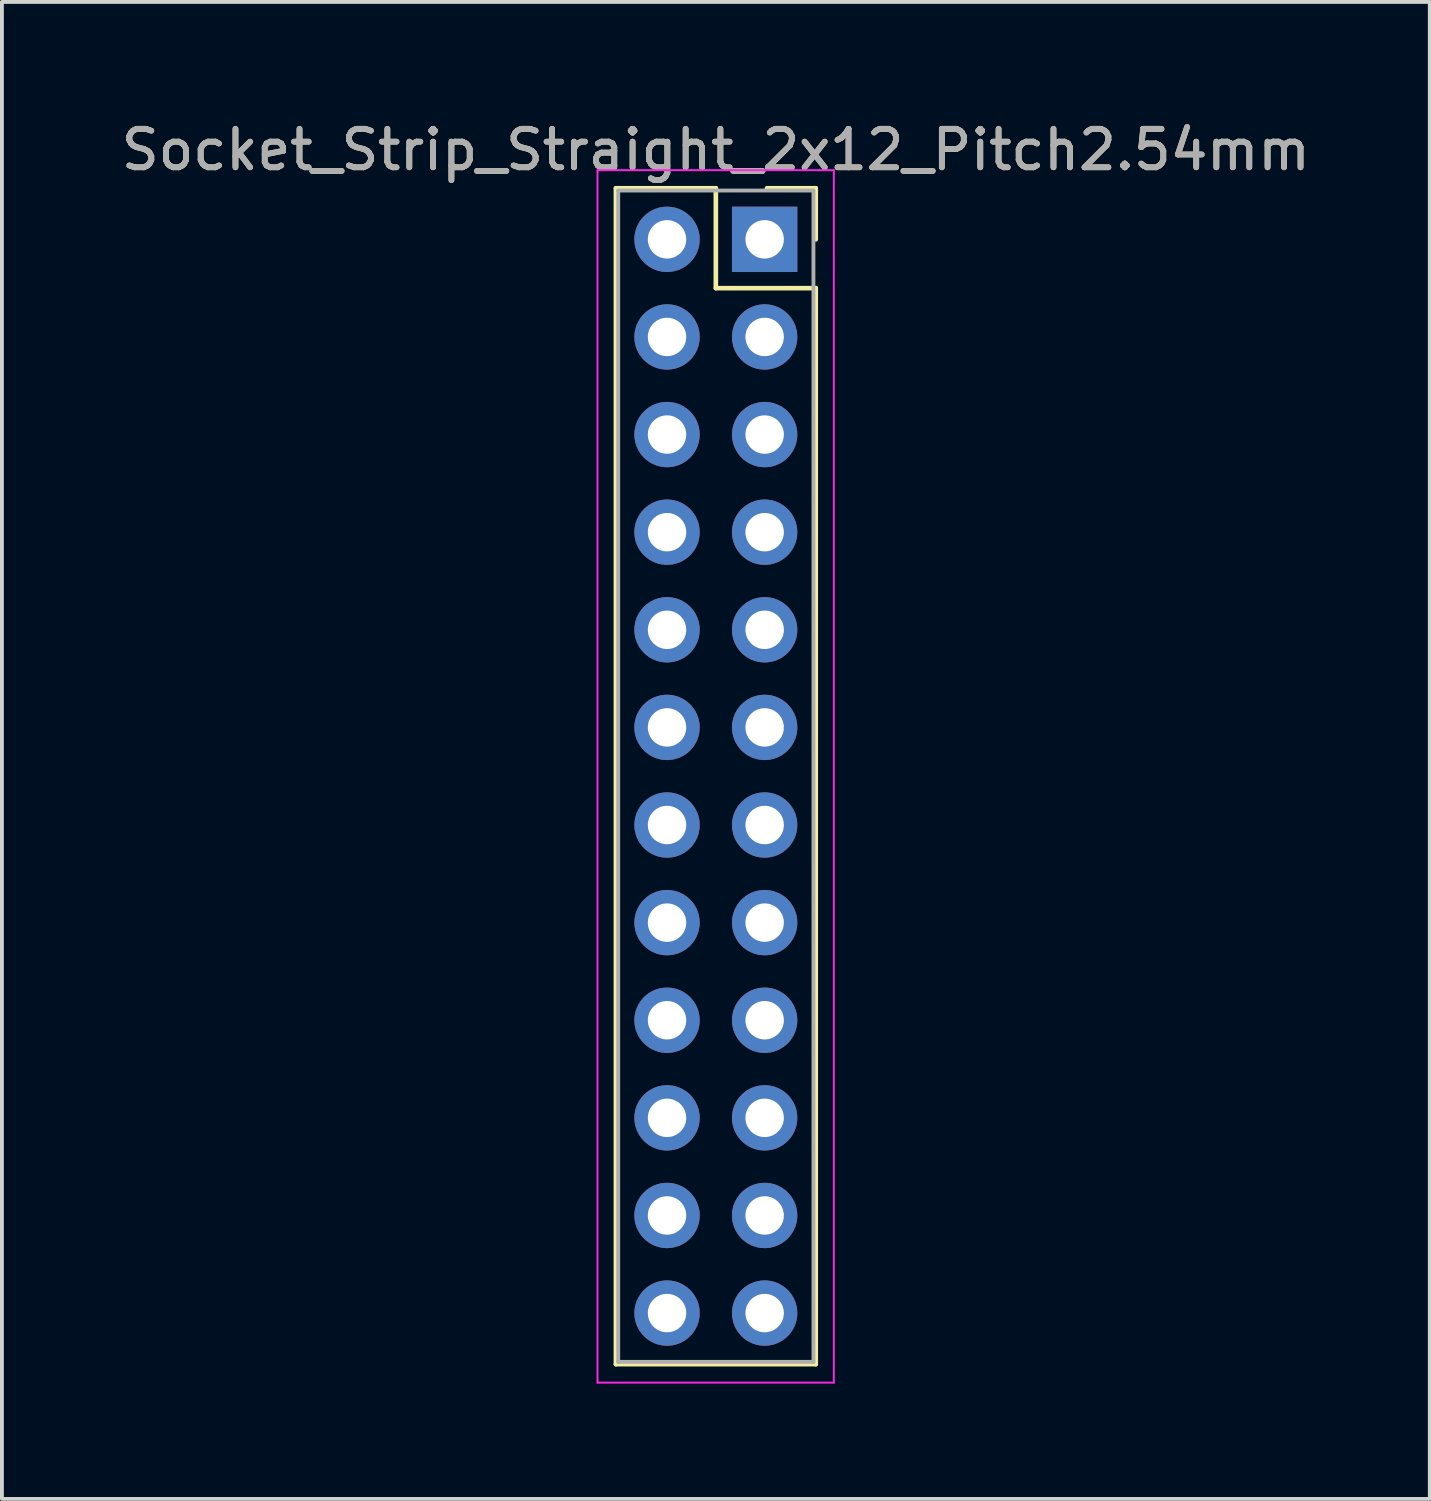
<source format=kicad_pcb>
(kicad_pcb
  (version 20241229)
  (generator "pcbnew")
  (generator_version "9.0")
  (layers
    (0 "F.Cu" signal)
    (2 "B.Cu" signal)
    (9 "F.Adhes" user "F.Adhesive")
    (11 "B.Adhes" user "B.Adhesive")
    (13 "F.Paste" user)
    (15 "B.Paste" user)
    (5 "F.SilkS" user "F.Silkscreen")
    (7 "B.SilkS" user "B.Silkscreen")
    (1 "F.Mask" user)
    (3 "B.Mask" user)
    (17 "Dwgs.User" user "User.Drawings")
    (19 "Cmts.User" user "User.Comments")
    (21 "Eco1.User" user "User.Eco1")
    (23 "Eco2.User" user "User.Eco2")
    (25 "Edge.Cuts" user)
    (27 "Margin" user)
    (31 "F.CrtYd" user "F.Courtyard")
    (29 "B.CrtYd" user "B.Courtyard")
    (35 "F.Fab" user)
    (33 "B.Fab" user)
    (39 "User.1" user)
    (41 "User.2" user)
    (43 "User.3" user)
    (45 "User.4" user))
  (footprint "Socket_Strip_Straight_2x12_Pitch2.54mm"
    (layer "F.Cu")
    (at 16.847 3.178)
    (property "Reference" "Socket_Strip_Straight_2x12_Pitch2.54mm" (at -1.27 -2.33 0) (layer "F.SilkS") (effects (font (size 1 1) (thickness 0.15))))
    (attr through_hole)
    (fp_line (start -3.87 -1.33) (end -1.27 -1.33) (stroke (width 0.12) (type solid)) (layer "F.SilkS"))
    (fp_line (start -3.87 29.27) (end -3.87 -1.33) (stroke (width 0.12) (type solid)) (layer "F.SilkS"))
    (fp_line (start -1.27 -1.33) (end -1.27 1.27) (stroke (width 0.12) (type solid)) (layer "F.SilkS"))
    (fp_line (start -1.27 1.27) (end 1.33 1.27) (stroke (width 0.12) (type solid)) (layer "F.SilkS"))
    (fp_line (start 1.33 -1.33) (end 0.06 -1.33) (stroke (width 0.12) (type solid)) (layer "F.SilkS"))
    (fp_line (start 1.33 0) (end 1.33 -1.33) (stroke (width 0.12) (type solid)) (layer "F.SilkS"))
    (fp_line (start 1.33 1.27) (end 1.33 29.27) (stroke (width 0.12) (type solid)) (layer "F.SilkS"))
    (fp_line (start 1.33 29.27) (end -3.87 29.27) (stroke (width 0.12) (type solid)) (layer "F.SilkS"))
    (fp_line (start -4.35 -1.8) (end -4.35 29.75) (stroke (width 0.05) (type solid)) (layer "F.CrtYd"))
    (fp_line (start -4.35 29.75) (end 1.8 29.75) (stroke (width 0.05) (type solid)) (layer "F.CrtYd"))
    (fp_line (start 1.8 -1.8) (end -4.35 -1.8) (stroke (width 0.05) (type solid)) (layer "F.CrtYd"))
    (fp_line (start 1.8 29.75) (end 1.8 -1.8) (stroke (width 0.05) (type solid)) (layer "F.CrtYd"))
    (fp_line (start -3.81 -1.27) (end -3.81 29.21) (stroke (width 0.1) (type solid)) (layer "F.Fab"))
    (fp_line (start -3.81 29.21) (end 1.27 29.21) (stroke (width 0.1) (type solid)) (layer "F.Fab"))
    (fp_line (start 1.27 -1.27) (end -3.81 -1.27) (stroke (width 0.1) (type solid)) (layer "F.Fab"))
    (fp_line (start 1.27 29.21) (end 1.27 -1.27) (stroke (width 0.1) (type solid)) (layer "F.Fab"))
    (fp_text user "${REFERENCE}" (at -1.27 -2.33 0) (layer "F.Fab") (effects (font (size 1 1) (thickness 0.15))))
    (pad "1" thru_hole rect (at 0 0) (size 1.7 1.7) (drill 1) (layers "*.Cu" "*.Mask"))
    (pad "2" thru_hole oval (at -2.54 0) (size 1.7 1.7) (drill 1) (layers "*.Cu" "*.Mask"))
    (pad "3" thru_hole oval (at 0 2.54) (size 1.7 1.7) (drill 1) (layers "*.Cu" "*.Mask"))
    (pad "4" thru_hole oval (at -2.54 2.54) (size 1.7 1.7) (drill 1) (layers "*.Cu" "*.Mask"))
    (pad "5" thru_hole oval (at 0 5.08) (size 1.7 1.7) (drill 1) (layers "*.Cu" "*.Mask"))
    (pad "6" thru_hole oval (at -2.54 5.08) (size 1.7 1.7) (drill 1) (layers "*.Cu" "*.Mask"))
    (pad "7" thru_hole oval (at 0 7.62) (size 1.7 1.7) (drill 1) (layers "*.Cu" "*.Mask"))
    (pad "8" thru_hole oval (at -2.54 7.62) (size 1.7 1.7) (drill 1) (layers "*.Cu" "*.Mask"))
    (pad "9" thru_hole oval (at 0 10.16) (size 1.7 1.7) (drill 1) (layers "*.Cu" "*.Mask"))
    (pad "10" thru_hole oval (at -2.54 10.16) (size 1.7 1.7) (drill 1) (layers "*.Cu" "*.Mask"))
    (pad "11" thru_hole oval (at 0 12.7) (size 1.7 1.7) (drill 1) (layers "*.Cu" "*.Mask"))
    (pad "12" thru_hole oval (at -2.54 12.7) (size 1.7 1.7) (drill 1) (layers "*.Cu" "*.Mask"))
    (pad "13" thru_hole oval (at 0 15.24) (size 1.7 1.7) (drill 1) (layers "*.Cu" "*.Mask"))
    (pad "14" thru_hole oval (at -2.54 15.24) (size 1.7 1.7) (drill 1) (layers "*.Cu" "*.Mask"))
    (pad "15" thru_hole oval (at 0 17.78) (size 1.7 1.7) (drill 1) (layers "*.Cu" "*.Mask"))
    (pad "16" thru_hole oval (at -2.54 17.78) (size 1.7 1.7) (drill 1) (layers "*.Cu" "*.Mask"))
    (pad "17" thru_hole oval (at 0 20.32) (size 1.7 1.7) (drill 1) (layers "*.Cu" "*.Mask"))
    (pad "18" thru_hole oval (at -2.54 20.32) (size 1.7 1.7) (drill 1) (layers "*.Cu" "*.Mask"))
    (pad "19" thru_hole oval (at 0 22.86) (size 1.7 1.7) (drill 1) (layers "*.Cu" "*.Mask"))
    (pad "20" thru_hole oval (at -2.54 22.86) (size 1.7 1.7) (drill 1) (layers "*.Cu" "*.Mask"))
    (pad "21" thru_hole oval (at 0 25.4) (size 1.7 1.7) (drill 1) (layers "*.Cu" "*.Mask"))
    (pad "22" thru_hole oval (at -2.54 25.4) (size 1.7 1.7) (drill 1) (layers "*.Cu" "*.Mask"))
    (pad "23" thru_hole oval (at 0 27.94) (size 1.7 1.7) (drill 1) (layers "*.Cu" "*.Mask"))
    (pad "24" thru_hole oval (at -2.54 27.94) (size 1.7 1.7) (drill 1) (layers "*.Cu" "*.Mask")))
  (gr_rect
    (start -3 -3)
    (end 34.155 35.953)
    (stroke (width 0.1) (type default))
    (fill no)
    (layer "Edge.Cuts")))
</source>
